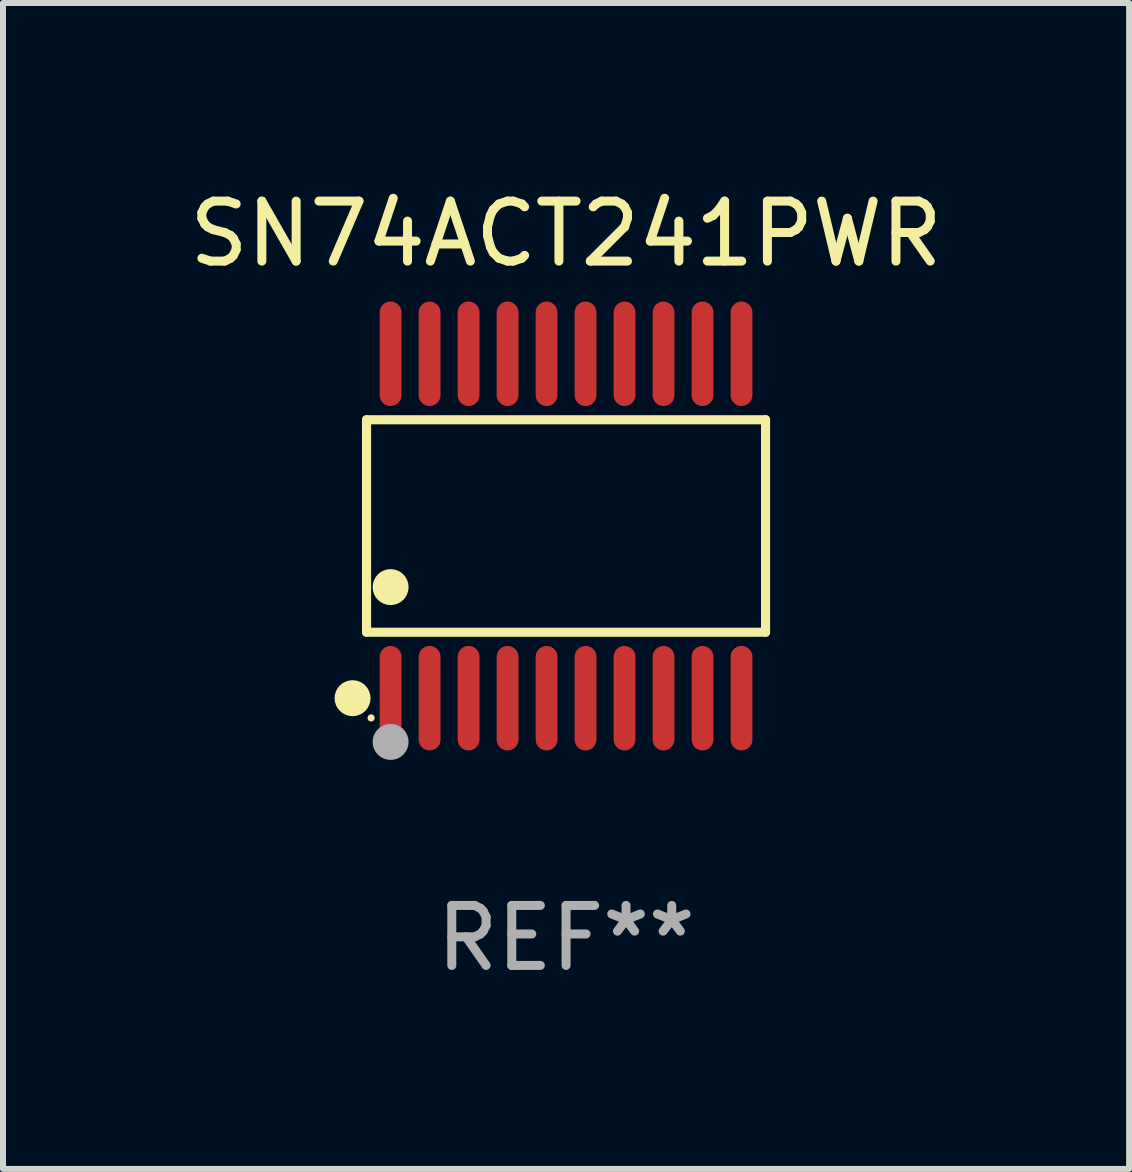
<source format=kicad_pcb>
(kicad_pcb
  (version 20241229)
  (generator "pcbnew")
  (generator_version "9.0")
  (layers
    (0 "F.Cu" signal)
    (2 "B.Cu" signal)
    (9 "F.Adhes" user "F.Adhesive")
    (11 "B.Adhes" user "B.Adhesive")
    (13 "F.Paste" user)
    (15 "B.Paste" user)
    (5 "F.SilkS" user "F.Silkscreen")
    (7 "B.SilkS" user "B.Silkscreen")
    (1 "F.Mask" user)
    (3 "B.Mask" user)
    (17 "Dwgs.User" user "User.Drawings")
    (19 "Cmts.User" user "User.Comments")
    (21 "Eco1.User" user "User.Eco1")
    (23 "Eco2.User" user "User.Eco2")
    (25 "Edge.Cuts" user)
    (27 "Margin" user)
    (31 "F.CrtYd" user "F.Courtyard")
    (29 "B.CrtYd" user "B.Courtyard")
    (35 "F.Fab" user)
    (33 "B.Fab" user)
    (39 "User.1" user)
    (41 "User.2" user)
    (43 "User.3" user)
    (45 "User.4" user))
  (footprint "SN74ACT241PWR"
    (layer "F.Cu")
    (at 6.387 5.719)
    (property "Reference" "SN74ACT241PWR" (at 0 -4.871 0) (layer "F.SilkS") (effects (font (size 1 1) (thickness 0.15))))
    (attr through_hole)
    (fp_line (start -3.326 -1.771) (end 3.326 -1.771) (stroke (width 0.152) (type solid)) (layer "F.SilkS"))
    (fp_line (start -3.326 1.771) (end -3.326 -1.771) (stroke (width 0.152) (type solid)) (layer "F.SilkS"))
    (fp_line (start 3.326 -1.771) (end 3.326 1.771) (stroke (width 0.152) (type solid)) (layer "F.SilkS"))
    (fp_line (start 3.326 1.771) (end -3.326 1.771) (stroke (width 0.152) (type solid)) (layer "F.SilkS"))
    (fp_circle (center -3.559 2.871) (end -3.409 2.871) (stroke (width 0.3) (type solid)) (fill no) (layer "F.SilkS"))
    (fp_circle (center -3.25 3.2) (end -3.22 3.2) (stroke (width 0.06) (type solid)) (fill no) (layer "F.SilkS"))
    (fp_circle (center -2.925 1.019) (end -2.775 1.019) (stroke (width 0.3) (type solid)) (fill no) (layer "F.SilkS"))
    (fp_circle (center -2.925 3.6) (end -2.775 3.6) (stroke (width 0.3) (type solid)) (fill no) (layer "F.Fab"))
    (fp_text user "REF**" (at 0 6.871 0) (layer "F.Fab") (effects (font (size 1 1) (thickness 0.15))))
    (pad "1" smd oval (at -2.925 2.871) (size 0.364 1.742) (layers "F.Cu" "F.Mask" "F.Paste"))
    (pad "2" smd oval (at -2.275 2.871) (size 0.364 1.742) (layers "F.Cu" "F.Mask" "F.Paste"))
    (pad "3" smd oval (at -1.625 2.871) (size 0.364 1.742) (layers "F.Cu" "F.Mask" "F.Paste"))
    (pad "4" smd oval (at -0.975 2.871) (size 0.364 1.742) (layers "F.Cu" "F.Mask" "F.Paste"))
    (pad "5" smd oval (at -0.325 2.871) (size 0.364 1.742) (layers "F.Cu" "F.Mask" "F.Paste"))
    (pad "6" smd oval (at 0.325 2.871) (size 0.364 1.742) (layers "F.Cu" "F.Mask" "F.Paste"))
    (pad "7" smd oval (at 0.975 2.871) (size 0.364 1.742) (layers "F.Cu" "F.Mask" "F.Paste"))
    (pad "8" smd oval (at 1.625 2.871) (size 0.364 1.742) (layers "F.Cu" "F.Mask" "F.Paste"))
    (pad "9" smd oval (at 2.275 2.871) (size 0.364 1.742) (layers "F.Cu" "F.Mask" "F.Paste"))
    (pad "10" smd oval (at 2.925 2.871) (size 0.364 1.742) (layers "F.Cu" "F.Mask" "F.Paste"))
    (pad "11" smd oval (at 2.925 -2.871) (size 0.364 1.742) (layers "F.Cu" "F.Mask" "F.Paste"))
    (pad "12" smd oval (at 2.275 -2.871) (size 0.364 1.742) (layers "F.Cu" "F.Mask" "F.Paste"))
    (pad "13" smd oval (at 1.625 -2.871) (size 0.364 1.742) (layers "F.Cu" "F.Mask" "F.Paste"))
    (pad "14" smd oval (at 0.975 -2.871) (size 0.364 1.742) (layers "F.Cu" "F.Mask" "F.Paste"))
    (pad "15" smd oval (at 0.325 -2.871) (size 0.364 1.742) (layers "F.Cu" "F.Mask" "F.Paste"))
    (pad "16" smd oval (at -0.325 -2.871) (size 0.364 1.742) (layers "F.Cu" "F.Mask" "F.Paste"))
    (pad "17" smd oval (at -0.975 -2.871) (size 0.364 1.742) (layers "F.Cu" "F.Mask" "F.Paste"))
    (pad "18" smd oval (at -1.625 -2.871) (size 0.364 1.742) (layers "F.Cu" "F.Mask" "F.Paste"))
    (pad "19" smd oval (at -2.275 -2.871) (size 0.364 1.742) (layers "F.Cu" "F.Mask" "F.Paste"))
    (pad "20" smd oval (at -2.925 -2.871) (size 0.364 1.742) (layers "F.Cu" "F.Mask" "F.Paste")))
  (gr_rect
    (start -3 -3)
    (end 15.774 16.438)
    (stroke (width 0.1) (type default))
    (fill no)
    (layer "Edge.Cuts")))
</source>
